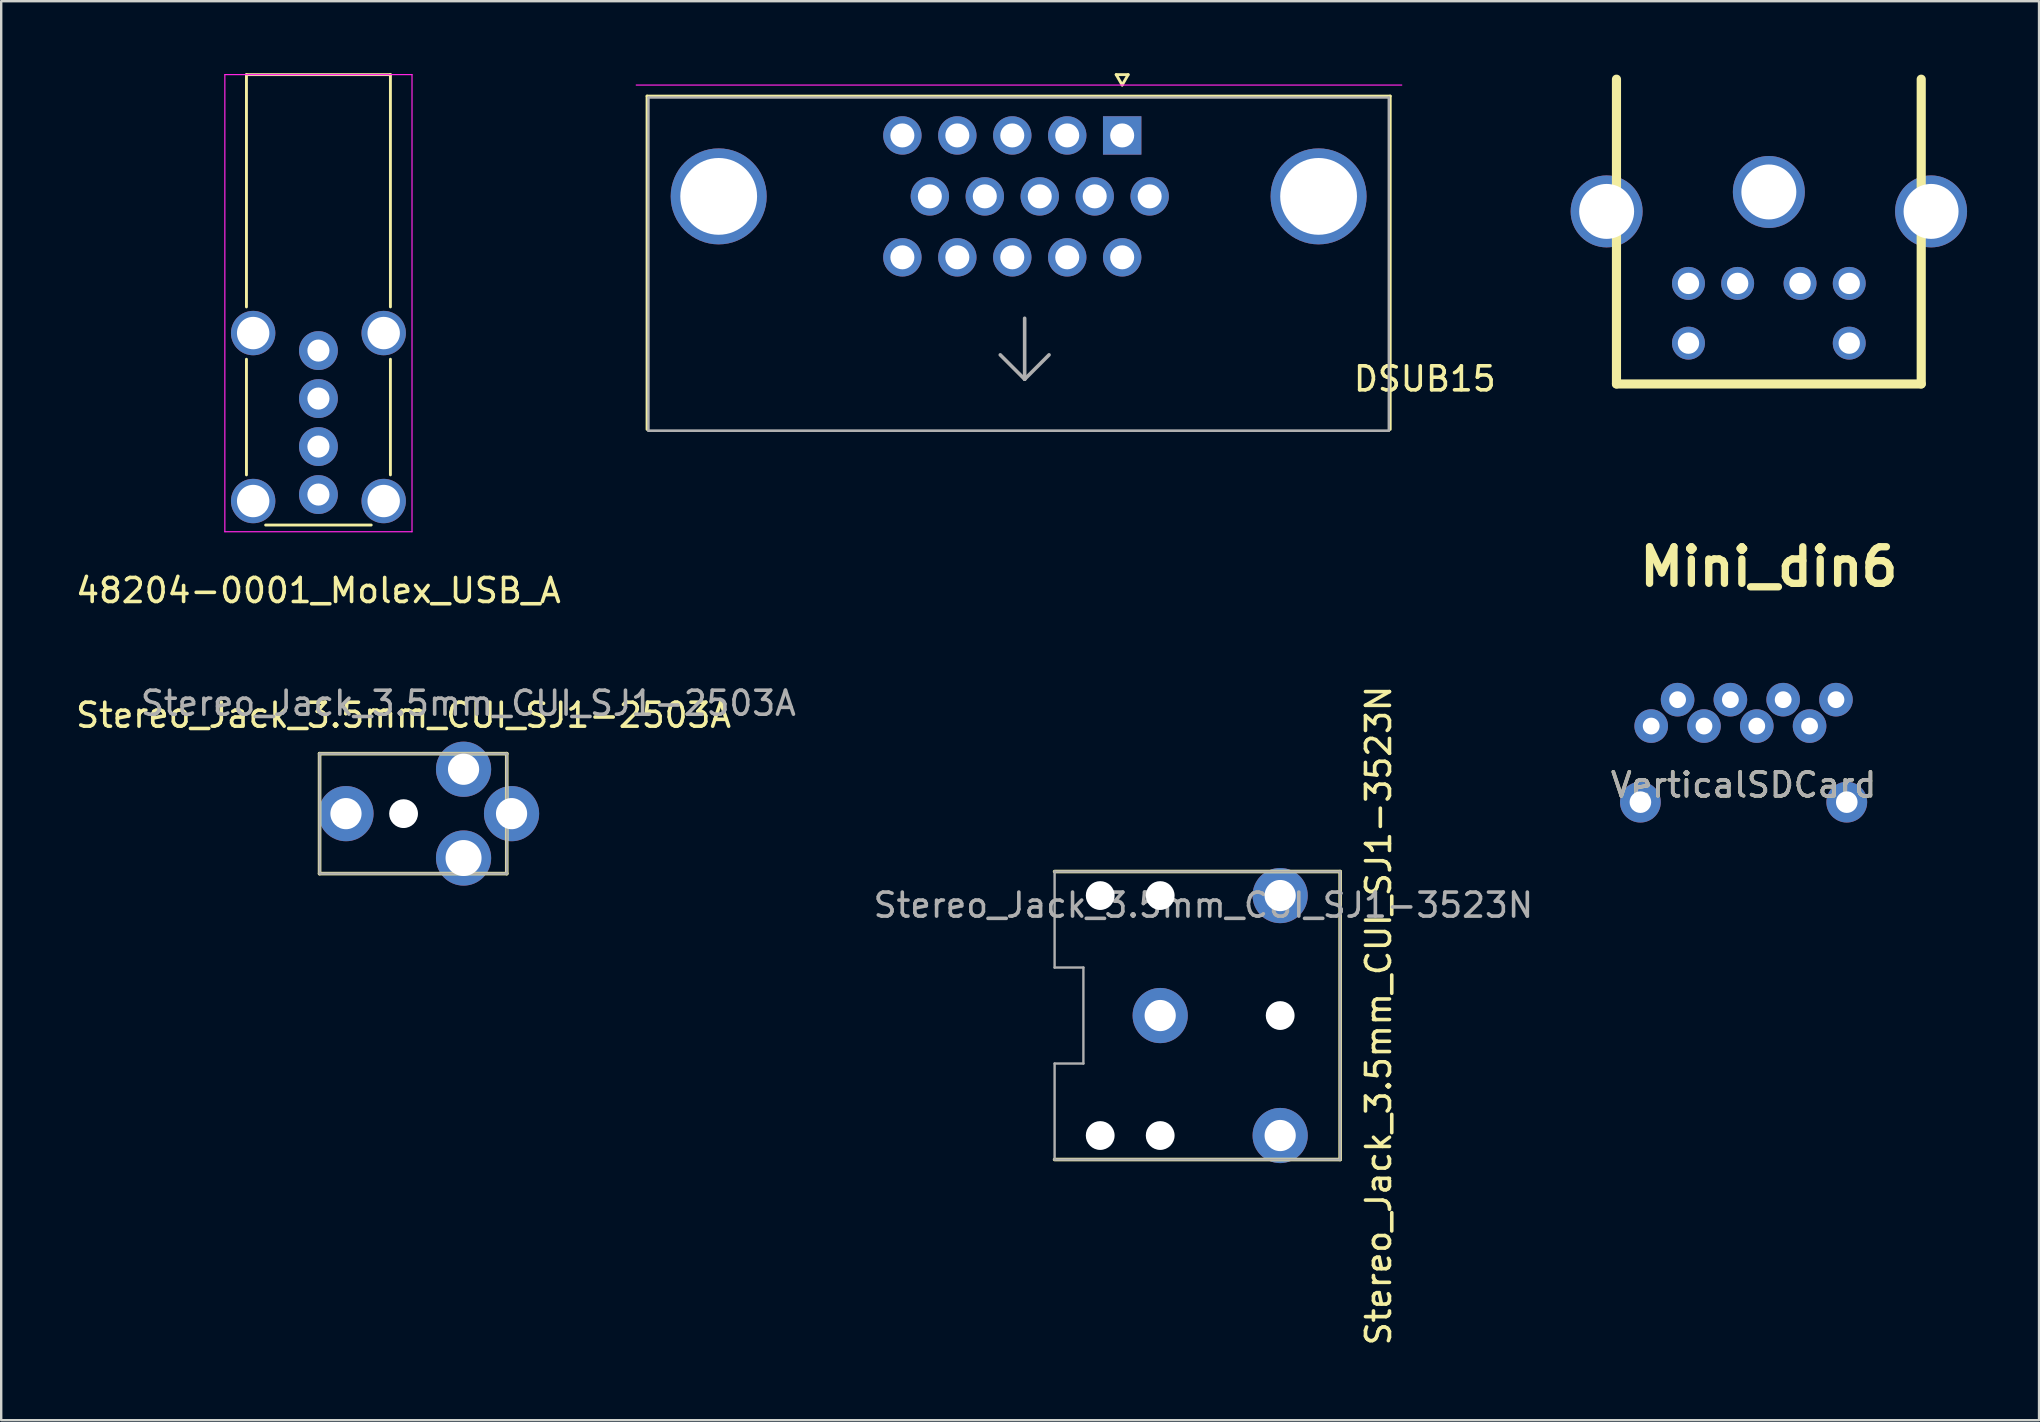
<source format=kicad_pcb>
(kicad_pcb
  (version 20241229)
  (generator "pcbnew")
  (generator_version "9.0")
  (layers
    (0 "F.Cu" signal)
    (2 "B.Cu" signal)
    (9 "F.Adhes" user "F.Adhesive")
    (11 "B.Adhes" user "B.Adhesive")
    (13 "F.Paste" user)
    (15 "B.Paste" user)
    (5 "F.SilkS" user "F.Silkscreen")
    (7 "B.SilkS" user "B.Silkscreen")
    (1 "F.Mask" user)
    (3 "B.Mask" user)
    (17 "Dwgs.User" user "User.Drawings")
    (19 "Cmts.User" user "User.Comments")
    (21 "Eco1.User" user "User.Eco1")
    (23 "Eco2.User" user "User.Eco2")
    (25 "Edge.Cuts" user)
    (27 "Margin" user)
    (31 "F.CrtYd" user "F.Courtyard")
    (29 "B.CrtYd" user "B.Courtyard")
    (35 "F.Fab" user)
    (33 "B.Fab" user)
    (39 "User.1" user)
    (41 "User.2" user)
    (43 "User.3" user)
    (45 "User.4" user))
  (footprint "VerticalSDCard"
    (layer "F.Cu")
    (at 69.611 26.658)
    (property "Reference" "VerticalSDCard" (at 0 3 180) (layer "F.SilkS") (effects (font (size 1 1) (thickness 0.15))))
    (attr through_hole)
    (fp_text user "${REFERENCE}" (at 0 3 180) (layer "F.Fab") (effects (font (size 1 1) (thickness 0.15))))
    (pad "1" thru_hole circle (at -3.85 0.55 90) (size 1.4 1.4) (drill 0.7) (layers "*.Cu" "*.Mask"))
    (pad "2" thru_hole oval (at -2.75 -0.55 90) (size 1.4 1.4) (drill 0.7) (layers "*.Cu" "*.Mask"))
    (pad "3" thru_hole oval (at -1.65 0.55 90) (size 1.4 1.4) (drill 0.7) (layers "*.Cu" "*.Mask"))
    (pad "4" thru_hole oval (at -0.55 -0.55 90) (size 1.4 1.4) (drill 0.7) (layers "*.Cu" "*.Mask"))
    (pad "5" thru_hole oval (at 0.55 0.55 90) (size 1.4 1.4) (drill 0.7) (layers "*.Cu" "*.Mask"))
    (pad "6" thru_hole oval (at 1.65 -0.55 90) (size 1.4 1.4) (drill 0.7) (layers "*.Cu" "*.Mask"))
    (pad "7" thru_hole oval (at 2.75 0.55 90) (size 1.4 1.4) (drill 0.7) (layers "*.Cu" "*.Mask"))
    (pad "8" thru_hole oval (at 3.85 -0.55 90) (size 1.4 1.4) (drill 0.7) (layers "*.Cu" "*.Mask"))
    (pad "9" thru_hole circle (at -4.3 3.72 90) (size 1.7 1.7) (drill 0.9) (layers "*.Cu" "*.Mask"))
    (pad "9" thru_hole circle (at 4.3 3.72 90) (size 1.7 1.7) (drill 0.9) (layers "*.Cu" "*.Mask")))
  (footprint "48204-0001_Molex_USB_A"
    (layer "F.Cu")
    (at 10.22 11.56)
    (property "Reference" "48204-0001_Molex_USB_A" (at 0 10 0) (layer "F.SilkS") (effects (font (size 1 1) (thickness 0.15))))
    (attr through_hole)
    (fp_line (start -3 -11.5) (end 3 -11.5) (stroke (width 0.12) (type solid)) (layer "F.SilkS"))
    (fp_line (start -3 -1.82) (end -3 -11.5) (stroke (width 0.12) (type solid)) (layer "F.SilkS"))
    (fp_line (start -3 0.36) (end -3 5.18) (stroke (width 0.12) (type solid)) (layer "F.SilkS"))
    (fp_line (start 2.2 7.27) (end -2.2 7.27) (stroke (width 0.12) (type solid)) (layer "F.SilkS"))
    (fp_line (start 3 -1.82) (end 3 -11.5) (stroke (width 0.12) (type solid)) (layer "F.SilkS"))
    (fp_line (start 3 0.36) (end 3 5.18) (stroke (width 0.12) (type solid)) (layer "F.SilkS"))
    (fp_line (start -3.9 -11.5) (end 3.9 -11.5) (stroke (width 0.05) (type solid)) (layer "F.CrtYd"))
    (fp_line (start -3.9 7.55) (end -3.9 -11.5) (stroke (width 0.05) (type solid)) (layer "F.CrtYd"))
    (fp_line (start 3.9 -11.5) (end 3.9 7.55) (stroke (width 0.05) (type solid)) (layer "F.CrtYd"))
    (fp_line (start 3.9 7.55) (end -3.9 7.55) (stroke (width 0.05) (type solid)) (layer "F.CrtYd"))
    (pad "1" thru_hole circle (at 0 0) (size 1.62 1.62) (drill 0.92) (layers "*.Cu" "*.Mask"))
    (pad "2" thru_hole circle (at 0 2) (size 1.62 1.62) (drill 0.92) (layers "*.Cu" "*.Mask"))
    (pad "3" thru_hole circle (at 0 4) (size 1.62 1.62) (drill 0.92) (layers "*.Cu" "*.Mask"))
    (pad "4" thru_hole circle (at 0 6) (size 1.62 1.62) (drill 0.92) (layers "*.Cu" "*.Mask"))
    (pad "5" thru_hole circle (at -2.72 -0.73) (size 1.85 1.85) (drill 1.35) (layers "*.Cu" "*.Mask"))
    (pad "5" thru_hole circle (at -2.72 6.27) (size 1.85 1.85) (drill 1.35) (layers "*.Cu" "*.Mask"))
    (pad "5" thru_hole circle (at 2.72 -0.73) (size 1.85 1.85) (drill 1.35) (layers "*.Cu" "*.Mask"))
    (pad "5" thru_hole circle (at 2.72 6.27) (size 1.85 1.85) (drill 1.35) (layers "*.Cu" "*.Mask")))
  (footprint "Stereo_Jack_3.5mm_CUI_SJ1-3523N"
    (layer "F.Cu")
    (at 44.399 39.271)
    (property "Reference" "Stereo_Jack_3.5mm_CUI_SJ1-3523N" (at 10 0 90) (layer "F.SilkS") (effects (font (size 1 1) (thickness 0.15))))
    (attr through_hole)
    (fp_line (start 8.4 -6) (end -3.5 -6) (stroke (width 0.15) (type solid)) (layer "F.SilkS"))
    (fp_line (start 8.4 -6) (end 8.4 6) (stroke (width 0.15) (type solid)) (layer "F.SilkS"))
    (fp_line (start 8.4 6) (end -3.5 6) (stroke (width 0.15) (type solid)) (layer "F.SilkS"))
    (fp_line (start -3.5 -6) (end -3.5 -2) (stroke (width 0.1) (type solid)) (layer "F.Fab"))
    (fp_line (start -3.5 -6) (end 8.4 -6) (stroke (width 0.1) (type solid)) (layer "F.Fab"))
    (fp_line (start -3.5 -2) (end -2.3 -2) (stroke (width 0.1) (type solid)) (layer "F.Fab"))
    (fp_line (start -3.5 2) (end -3.5 6) (stroke (width 0.1) (type solid)) (layer "F.Fab"))
    (fp_line (start -3.5 2) (end -2.3 2) (stroke (width 0.1) (type solid)) (layer "F.Fab"))
    (fp_line (start -3.5 6) (end 8.4 6) (stroke (width 0.1) (type solid)) (layer "F.Fab"))
    (fp_line (start -2.3 2) (end -2.3 -2) (stroke (width 0.1) (type solid)) (layer "F.Fab"))
    (fp_line (start 8.4 6) (end 8.4 -6) (stroke (width 0.1) (type solid)) (layer "F.Fab"))
    (fp_text user "${REFERENCE}" (at 2.7 -4.6 0) (layer "F.Fab") (effects (font (size 1 1) (thickness 0.15))))
    (pad "" np_thru_hole circle (at -1.6 -5) (size 1.2 1.2) (drill 1.2) (layers "*.Cu" "*.Mask"))
    (pad "" np_thru_hole circle (at -1.6 5) (size 1.2 1.2) (drill 1.2) (layers "*.Cu" "*.Mask"))
    (pad "" np_thru_hole circle (at 0.9 -5) (size 1.2 1.2) (drill 1.2) (layers "*.Cu" "*.Mask"))
    (pad "" np_thru_hole circle (at 0.9 5) (size 1.2 1.2) (drill 1.2) (layers "*.Cu" "*.Mask"))
    (pad "" np_thru_hole circle (at 5.9 0) (size 1.2 1.2) (drill 1.2) (layers "*.Cu" "*.Mask"))
    (pad "1" thru_hole circle (at 5.9 -5) (size 2.3 2.3) (drill 1.3) (layers "*.Cu" "*.Mask"))
    (pad "2" thru_hole circle (at 5.9 5) (size 2.3 2.3) (drill 1.3) (layers "*.Cu" "*.Mask"))
    (pad "3" thru_hole circle (at 0.9 0) (size 2.3 2.3) (drill 1.3) (layers "*.Cu" "*.Mask")))
  (footprint "Stereo_Jack_3.5mm_CUI_SJ1-2503A"
    (layer "F.Cu")
    (at 13.768 30.857)
    (property "Reference" "Stereo_Jack_3.5mm_CUI_SJ1-2503A" (at 0 -4.1 0) (layer "F.SilkS") (effects (font (size 1 1) (thickness 0.15))))
    (attr through_hole)
    (fp_line (start -3.5 2.5) (end -3.5 -2.5) (stroke (width 0.15) (type solid)) (layer "F.SilkS"))
    (fp_line (start 4.3 -2.5) (end -3.5 -2.5) (stroke (width 0.15) (type solid)) (layer "F.SilkS"))
    (fp_line (start 4.3 -2.5) (end 4.3 2.5) (stroke (width 0.15) (type solid)) (layer "F.SilkS"))
    (fp_line (start 4.3 2.5) (end -3.5 2.5) (stroke (width 0.15) (type solid)) (layer "F.SilkS"))
    (fp_line (start -3.5 -2.5) (end -3.5 2.5) (stroke (width 0.1) (type solid)) (layer "F.Fab"))
    (fp_line (start -3.5 -2.5) (end 4.3 -2.5) (stroke (width 0.1) (type solid)) (layer "F.Fab"))
    (fp_line (start -3.5 2.5) (end 4.3 2.5) (stroke (width 0.1) (type solid)) (layer "F.Fab"))
    (fp_line (start 4.3 2.5) (end 4.3 -2.5) (stroke (width 0.1) (type solid)) (layer "F.Fab"))
    (fp_text user "${REFERENCE}" (at 2.7 -4.6 0) (layer "F.Fab") (effects (font (size 1 1) (thickness 0.15))))
    (pad "" np_thru_hole circle (at 0 0) (size 1.2 1.2) (drill 1.2) (layers "*.Cu" "*.Mask"))
    (pad "1" thru_hole circle (at 2.5 -1.85) (size 2.3 2.3) (drill 1.3) (layers "*.Cu" "*.Mask"))
    (pad "1" thru_hole circle (at 2.5 1.85) (size 2.3 2.3) (drill 1.5) (layers "*.Cu" "*.Mask"))
    (pad "2" thru_hole circle (at 4.5 0) (size 2.3 2.3) (drill 1.3) (layers "*.Cu" "*.Mask"))
    (pad "3" thru_hole circle (at -2.4 0) (size 2.3 2.3) (drill 1.3) (layers "*.Cu" "*.Mask")))
  (footprint "Mini_din6"
    (layer "F.Cu")
    (at 70.664 0.25)
    (property "Reference" "Mini_din6" (at 0 20.32 180) (layer "F.SilkS") (effects (font (size 1.524 1.524) (thickness 0.305))))
    (attr through_hole)
    (fp_line (start -6.35 12.7) (end -6.35 0) (stroke (width 0.381) (type solid)) (layer "F.SilkS"))
    (fp_line (start 6.35 0) (end 6.35 12.7) (stroke (width 0.381) (type solid)) (layer "F.SilkS"))
    (fp_line (start 6.35 12.7) (end -6.35 12.7) (stroke (width 0.381) (type solid)) (layer "F.SilkS"))
    (pad "1" thru_hole circle (at 1.3 8.51 180) (size 1.372 1.372) (drill 0.89) (layers "*.Cu" "*.Mask"))
    (pad "2" thru_hole circle (at -1.3 8.51 180) (size 1.372 1.372) (drill 0.89) (layers "*.Cu" "*.Mask"))
    (pad "3" thru_hole circle (at 3.35 8.51 180) (size 1.372 1.372) (drill 0.89) (layers "*.Cu" "*.Mask"))
    (pad "4" thru_hole circle (at -3.35 8.51 180) (size 1.372 1.372) (drill 0.89) (layers "*.Cu" "*.Mask"))
    (pad "5" thru_hole circle (at 3.35 11 180) (size 1.372 1.372) (drill 0.89) (layers "*.Cu" "*.Mask"))
    (pad "6" thru_hole circle (at -3.35 11 180) (size 1.372 1.372) (drill 0.89) (layers "*.Cu" "*.Mask"))
    (pad "GND" thru_hole circle (at -6.76 5.51 180) (size 3 3) (drill 2.29) (layers "*.Cu" "*.Mask"))
    (pad "GND" thru_hole circle (at 0 4.7 180) (size 3 3) (drill 2.29) (layers "*.Cu" "*.Mask"))
    (pad "GND" thru_hole circle (at 6.76 5.51 180) (size 3 3) (drill 2.29) (layers "*.Cu" "*.Mask")))
  (footprint "DSUB15"
    (layer "F.Cu")
    (at 43.715 2.594)
    (property "Reference" "DSUB15" (at 12.611 10.145 0) (layer "F.SilkS") (effects (font (size 1 1) (thickness 0.15))))
    (attr through_hole)
    (fp_line (start -19.8 -1.64) (end 11.17 -1.64) (stroke (width 0.12) (type solid)) (layer "F.SilkS"))
    (fp_line (start -19.8 12.25) (end -19.8 -1.64) (stroke (width 0.12) (type solid)) (layer "F.SilkS"))
    (fp_line (start -0.25 -2.534) (end 0.25 -2.534) (stroke (width 0.12) (type solid)) (layer "F.SilkS"))
    (fp_line (start 0 -2.101) (end -0.25 -2.534) (stroke (width 0.12) (type solid)) (layer "F.SilkS"))
    (fp_line (start 0.25 -2.534) (end 0 -2.101) (stroke (width 0.12) (type solid)) (layer "F.SilkS"))
    (fp_line (start 11.17 -1.64) (end 11.17 12.25) (stroke (width 0.12) (type solid)) (layer "F.SilkS"))
    (fp_line (start 11.65 -2.1) (end -20.25 -2.1) (stroke (width 0.05) (type solid)) (layer "F.CrtYd"))
    (fp_line (start -19.74 -1.58) (end -19.74 12.31) (stroke (width 0.1) (type solid)) (layer "F.Fab"))
    (fp_line (start -19.74 12.31) (end 11.11 12.31) (stroke (width 0.1) (type solid)) (layer "F.Fab"))
    (fp_line (start -4.064 7.62) (end -4.064 10.16) (stroke (width 0.15) (type solid)) (layer "F.Fab"))
    (fp_line (start -4.064 10.16) (end -5.08 9.144) (stroke (width 0.15) (type solid)) (layer "F.Fab"))
    (fp_line (start -4.064 10.16) (end -3.048 9.144) (stroke (width 0.15) (type solid)) (layer "F.Fab"))
    (fp_line (start 11.11 -1.58) (end -19.74 -1.58) (stroke (width 0.1) (type solid)) (layer "F.Fab"))
    (fp_line (start 11.11 12.31) (end -19.74 12.31) (stroke (width 0.1) (type solid)) (layer "F.Fab"))
    (fp_line (start 11.11 12.31) (end 11.11 -1.58) (stroke (width 0.1) (type solid)) (layer "F.Fab"))
    (pad "1" thru_hole rect (at 0 0) (size 1.6 1.6) (drill 1) (layers "*.Cu" "*.Mask"))
    (pad "2" thru_hole circle (at -2.29 0) (size 1.6 1.6) (drill 1) (layers "*.Cu" "*.Mask"))
    (pad "3" thru_hole circle (at -4.58 0) (size 1.6 1.6) (drill 1) (layers "*.Cu" "*.Mask"))
    (pad "4" thru_hole circle (at -6.87 0) (size 1.6 1.6) (drill 1) (layers "*.Cu" "*.Mask"))
    (pad "5" thru_hole circle (at -16.815 2.54) (size 4 4) (drill 3.2) (layers "*.Cu" "*.Mask"))
    (pad "5" thru_hole circle (at -9.16 0) (size 1.6 1.6) (drill 1) (layers "*.Cu" "*.Mask"))
    (pad "5" thru_hole circle (at 8.185 2.54) (size 4 4) (drill 3.2) (layers "*.Cu" "*.Mask"))
    (pad "6" thru_hole circle (at 1.145 2.54) (size 1.6 1.6) (drill 1) (layers "*.Cu" "*.Mask"))
    (pad "7" thru_hole circle (at -1.145 2.54) (size 1.6 1.6) (drill 1) (layers "*.Cu" "*.Mask"))
    (pad "8" thru_hole circle (at -3.435 2.54) (size 1.6 1.6) (drill 1) (layers "*.Cu" "*.Mask"))
    (pad "9" thru_hole circle (at -5.725 2.54) (size 1.6 1.6) (drill 1) (layers "*.Cu" "*.Mask"))
    (pad "10" thru_hole circle (at -8.015 2.54) (size 1.6 1.6) (drill 1) (layers "*.Cu" "*.Mask"))
    (pad "11" thru_hole circle (at 0 5.08) (size 1.6 1.6) (drill 1) (layers "*.Cu" "*.Mask"))
    (pad "12" thru_hole circle (at -2.29 5.08) (size 1.6 1.6) (drill 1) (layers "*.Cu" "*.Mask"))
    (pad "13" thru_hole circle (at -4.58 5.08) (size 1.6 1.6) (drill 1) (layers "*.Cu" "*.Mask"))
    (pad "14" thru_hole circle (at -6.87 5.08) (size 1.6 1.6) (drill 1) (layers "*.Cu" "*.Mask"))
    (pad "15" thru_hole circle (at -9.16 5.08) (size 1.6 1.6) (drill 1) (layers "*.Cu" "*.Mask")))
  (gr_rect
    (start -3 -3)
    (end 81.924 56.134)
    (stroke (width 0.1) (type default))
    (fill no)
    (layer "Edge.Cuts")))
</source>
